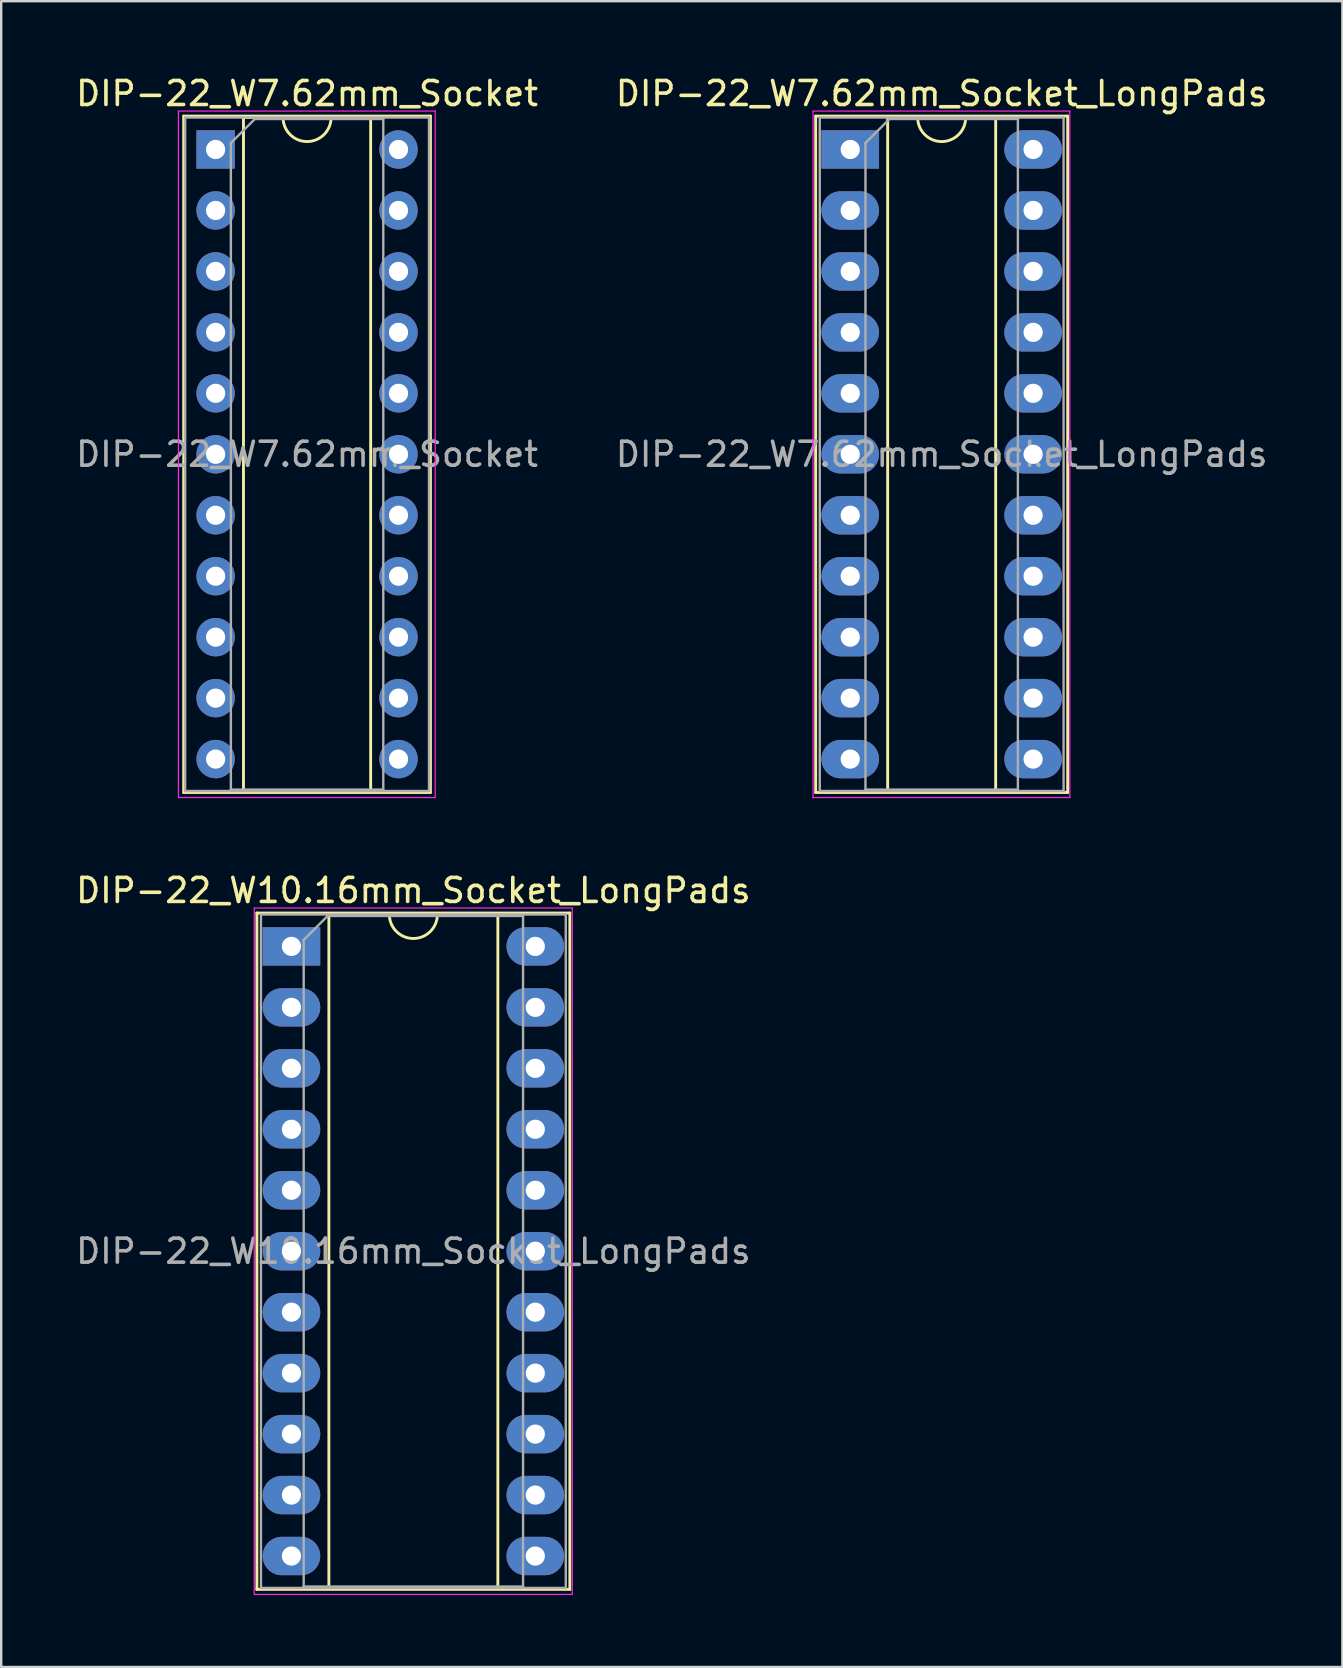
<source format=kicad_pcb>
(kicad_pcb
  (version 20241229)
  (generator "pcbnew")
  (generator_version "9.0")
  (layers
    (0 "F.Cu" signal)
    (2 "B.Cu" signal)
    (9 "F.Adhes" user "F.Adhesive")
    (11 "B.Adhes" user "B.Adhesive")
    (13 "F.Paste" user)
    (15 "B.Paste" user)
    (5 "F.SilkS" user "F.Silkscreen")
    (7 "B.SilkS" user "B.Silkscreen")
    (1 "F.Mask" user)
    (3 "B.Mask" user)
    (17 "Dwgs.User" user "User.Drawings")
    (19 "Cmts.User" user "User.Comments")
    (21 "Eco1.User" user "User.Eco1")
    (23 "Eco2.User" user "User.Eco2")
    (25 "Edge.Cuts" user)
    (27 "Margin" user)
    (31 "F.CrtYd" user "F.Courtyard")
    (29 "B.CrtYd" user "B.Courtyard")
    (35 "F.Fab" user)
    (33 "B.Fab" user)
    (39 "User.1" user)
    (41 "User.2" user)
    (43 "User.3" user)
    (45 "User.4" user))
  (footprint "DIP-22_W10.16mm_Socket_LongPads"
    (layer "F.Cu")
    (at 9.093 36.382)
    (property "Reference" "DIP-22_W10.16mm_Socket_LongPads" (at 5.08 -2.33 0) (layer "F.SilkS") (effects (font (size 1 1) (thickness 0.15))))
    (attr through_hole)
    (fp_line (start -1.44 -1.39) (end -1.44 26.79) (stroke (width 0.12) (type solid)) (layer "F.SilkS"))
    (fp_line (start -1.44 26.79) (end 11.6 26.79) (stroke (width 0.12) (type solid)) (layer "F.SilkS"))
    (fp_line (start 1.56 -1.33) (end 1.56 26.73) (stroke (width 0.12) (type solid)) (layer "F.SilkS"))
    (fp_line (start 1.56 26.73) (end 8.6 26.73) (stroke (width 0.12) (type solid)) (layer "F.SilkS"))
    (fp_line (start 4.08 -1.33) (end 1.56 -1.33) (stroke (width 0.12) (type solid)) (layer "F.SilkS"))
    (fp_line (start 8.6 -1.33) (end 6.08 -1.33) (stroke (width 0.12) (type solid)) (layer "F.SilkS"))
    (fp_line (start 8.6 26.73) (end 8.6 -1.33) (stroke (width 0.12) (type solid)) (layer "F.SilkS"))
    (fp_line (start 11.6 -1.39) (end -1.44 -1.39) (stroke (width 0.12) (type solid)) (layer "F.SilkS"))
    (fp_line (start 11.6 26.79) (end 11.6 -1.39) (stroke (width 0.12) (type solid)) (layer "F.SilkS"))
    (fp_arc (start 6.08 -1.33) (mid 5.08 -0.33) (end 4.08 -1.33) (stroke (width 0.12) (type solid)) (layer "F.SilkS"))
    (fp_line (start -1.55 -1.6) (end -1.55 27) (stroke (width 0.05) (type solid)) (layer "F.CrtYd"))
    (fp_line (start -1.55 27) (end 11.7 27) (stroke (width 0.05) (type solid)) (layer "F.CrtYd"))
    (fp_line (start 11.7 -1.6) (end -1.55 -1.6) (stroke (width 0.05) (type solid)) (layer "F.CrtYd"))
    (fp_line (start 11.7 27) (end 11.7 -1.6) (stroke (width 0.05) (type solid)) (layer "F.CrtYd"))
    (fp_line (start -1.27 -1.33) (end -1.27 26.73) (stroke (width 0.1) (type solid)) (layer "F.Fab"))
    (fp_line (start -1.27 26.73) (end 11.43 26.73) (stroke (width 0.1) (type solid)) (layer "F.Fab"))
    (fp_line (start 0.51 -0.27) (end 1.51 -1.27) (stroke (width 0.1) (type solid)) (layer "F.Fab"))
    (fp_line (start 0.51 26.67) (end 0.51 -0.27) (stroke (width 0.1) (type solid)) (layer "F.Fab"))
    (fp_line (start 1.51 -1.27) (end 9.65 -1.27) (stroke (width 0.1) (type solid)) (layer "F.Fab"))
    (fp_line (start 9.65 -1.27) (end 9.65 26.67) (stroke (width 0.1) (type solid)) (layer "F.Fab"))
    (fp_line (start 9.65 26.67) (end 0.51 26.67) (stroke (width 0.1) (type solid)) (layer "F.Fab"))
    (fp_line (start 11.43 -1.33) (end -1.27 -1.33) (stroke (width 0.1) (type solid)) (layer "F.Fab"))
    (fp_line (start 11.43 26.73) (end 11.43 -1.33) (stroke (width 0.1) (type solid)) (layer "F.Fab"))
    (fp_text user "${REFERENCE}" (at 5.08 12.7 0) (layer "F.Fab") (effects (font (size 1 1) (thickness 0.15))))
    (pad "1" thru_hole rect (at 0 0) (size 2.4 1.6) (drill 0.8) (layers "*.Cu" "*.Mask"))
    (pad "2" thru_hole oval (at 0 2.54) (size 2.4 1.6) (drill 0.8) (layers "*.Cu" "*.Mask"))
    (pad "3" thru_hole oval (at 0 5.08) (size 2.4 1.6) (drill 0.8) (layers "*.Cu" "*.Mask"))
    (pad "4" thru_hole oval (at 0 7.62) (size 2.4 1.6) (drill 0.8) (layers "*.Cu" "*.Mask"))
    (pad "5" thru_hole oval (at 0 10.16) (size 2.4 1.6) (drill 0.8) (layers "*.Cu" "*.Mask"))
    (pad "6" thru_hole oval (at 0 12.7) (size 2.4 1.6) (drill 0.8) (layers "*.Cu" "*.Mask"))
    (pad "7" thru_hole oval (at 0 15.24) (size 2.4 1.6) (drill 0.8) (layers "*.Cu" "*.Mask"))
    (pad "8" thru_hole oval (at 0 17.78) (size 2.4 1.6) (drill 0.8) (layers "*.Cu" "*.Mask"))
    (pad "9" thru_hole oval (at 0 20.32) (size 2.4 1.6) (drill 0.8) (layers "*.Cu" "*.Mask"))
    (pad "10" thru_hole oval (at 0 22.86) (size 2.4 1.6) (drill 0.8) (layers "*.Cu" "*.Mask"))
    (pad "11" thru_hole oval (at 0 25.4) (size 2.4 1.6) (drill 0.8) (layers "*.Cu" "*.Mask"))
    (pad "12" thru_hole oval (at 10.16 25.4) (size 2.4 1.6) (drill 0.8) (layers "*.Cu" "*.Mask"))
    (pad "13" thru_hole oval (at 10.16 22.86) (size 2.4 1.6) (drill 0.8) (layers "*.Cu" "*.Mask"))
    (pad "14" thru_hole oval (at 10.16 20.32) (size 2.4 1.6) (drill 0.8) (layers "*.Cu" "*.Mask"))
    (pad "15" thru_hole oval (at 10.16 17.78) (size 2.4 1.6) (drill 0.8) (layers "*.Cu" "*.Mask"))
    (pad "16" thru_hole oval (at 10.16 15.24) (size 2.4 1.6) (drill 0.8) (layers "*.Cu" "*.Mask"))
    (pad "17" thru_hole oval (at 10.16 12.7) (size 2.4 1.6) (drill 0.8) (layers "*.Cu" "*.Mask"))
    (pad "18" thru_hole oval (at 10.16 10.16) (size 2.4 1.6) (drill 0.8) (layers "*.Cu" "*.Mask"))
    (pad "19" thru_hole oval (at 10.16 7.62) (size 2.4 1.6) (drill 0.8) (layers "*.Cu" "*.Mask"))
    (pad "20" thru_hole oval (at 10.16 5.08) (size 2.4 1.6) (drill 0.8) (layers "*.Cu" "*.Mask"))
    (pad "21" thru_hole oval (at 10.16 2.54) (size 2.4 1.6) (drill 0.8) (layers "*.Cu" "*.Mask"))
    (pad "22" thru_hole oval (at 10.16 0) (size 2.4 1.6) (drill 0.8) (layers "*.Cu" "*.Mask")))
  (footprint "DIP-22_W7.62mm_Socket_LongPads"
    (layer "F.Cu")
    (at 32.375 3.178)
    (property "Reference" "DIP-22_W7.62mm_Socket_LongPads" (at 3.81 -2.33 0) (layer "F.SilkS") (effects (font (size 1 1) (thickness 0.15))))
    (attr through_hole)
    (fp_line (start -1.44 -1.39) (end -1.44 26.79) (stroke (width 0.12) (type solid)) (layer "F.SilkS"))
    (fp_line (start -1.44 26.79) (end 9.06 26.79) (stroke (width 0.12) (type solid)) (layer "F.SilkS"))
    (fp_line (start 1.56 -1.33) (end 1.56 26.73) (stroke (width 0.12) (type solid)) (layer "F.SilkS"))
    (fp_line (start 1.56 26.73) (end 6.06 26.73) (stroke (width 0.12) (type solid)) (layer "F.SilkS"))
    (fp_line (start 2.81 -1.33) (end 1.56 -1.33) (stroke (width 0.12) (type solid)) (layer "F.SilkS"))
    (fp_line (start 6.06 -1.33) (end 4.81 -1.33) (stroke (width 0.12) (type solid)) (layer "F.SilkS"))
    (fp_line (start 6.06 26.73) (end 6.06 -1.33) (stroke (width 0.12) (type solid)) (layer "F.SilkS"))
    (fp_line (start 9.06 -1.39) (end -1.44 -1.39) (stroke (width 0.12) (type solid)) (layer "F.SilkS"))
    (fp_line (start 9.06 26.79) (end 9.06 -1.39) (stroke (width 0.12) (type solid)) (layer "F.SilkS"))
    (fp_arc (start 4.81 -1.33) (mid 3.81 -0.33) (end 2.81 -1.33) (stroke (width 0.12) (type solid)) (layer "F.SilkS"))
    (fp_line (start -1.55 -1.6) (end -1.55 27) (stroke (width 0.05) (type solid)) (layer "F.CrtYd"))
    (fp_line (start -1.55 27) (end 9.15 27) (stroke (width 0.05) (type solid)) (layer "F.CrtYd"))
    (fp_line (start 9.15 -1.6) (end -1.55 -1.6) (stroke (width 0.05) (type solid)) (layer "F.CrtYd"))
    (fp_line (start 9.15 27) (end 9.15 -1.6) (stroke (width 0.05) (type solid)) (layer "F.CrtYd"))
    (fp_line (start -1.27 -1.33) (end -1.27 26.73) (stroke (width 0.1) (type solid)) (layer "F.Fab"))
    (fp_line (start -1.27 26.73) (end 8.89 26.73) (stroke (width 0.1) (type solid)) (layer "F.Fab"))
    (fp_line (start 0.635 -0.27) (end 1.635 -1.27) (stroke (width 0.1) (type solid)) (layer "F.Fab"))
    (fp_line (start 0.635 26.67) (end 0.635 -0.27) (stroke (width 0.1) (type solid)) (layer "F.Fab"))
    (fp_line (start 1.635 -1.27) (end 6.985 -1.27) (stroke (width 0.1) (type solid)) (layer "F.Fab"))
    (fp_line (start 6.985 -1.27) (end 6.985 26.67) (stroke (width 0.1) (type solid)) (layer "F.Fab"))
    (fp_line (start 6.985 26.67) (end 0.635 26.67) (stroke (width 0.1) (type solid)) (layer "F.Fab"))
    (fp_line (start 8.89 -1.33) (end -1.27 -1.33) (stroke (width 0.1) (type solid)) (layer "F.Fab"))
    (fp_line (start 8.89 26.73) (end 8.89 -1.33) (stroke (width 0.1) (type solid)) (layer "F.Fab"))
    (fp_text user "${REFERENCE}" (at 3.81 12.7 0) (layer "F.Fab") (effects (font (size 1 1) (thickness 0.15))))
    (pad "1" thru_hole rect (at 0 0) (size 2.4 1.6) (drill 0.8) (layers "*.Cu" "*.Mask"))
    (pad "2" thru_hole oval (at 0 2.54) (size 2.4 1.6) (drill 0.8) (layers "*.Cu" "*.Mask"))
    (pad "3" thru_hole oval (at 0 5.08) (size 2.4 1.6) (drill 0.8) (layers "*.Cu" "*.Mask"))
    (pad "4" thru_hole oval (at 0 7.62) (size 2.4 1.6) (drill 0.8) (layers "*.Cu" "*.Mask"))
    (pad "5" thru_hole oval (at 0 10.16) (size 2.4 1.6) (drill 0.8) (layers "*.Cu" "*.Mask"))
    (pad "6" thru_hole oval (at 0 12.7) (size 2.4 1.6) (drill 0.8) (layers "*.Cu" "*.Mask"))
    (pad "7" thru_hole oval (at 0 15.24) (size 2.4 1.6) (drill 0.8) (layers "*.Cu" "*.Mask"))
    (pad "8" thru_hole oval (at 0 17.78) (size 2.4 1.6) (drill 0.8) (layers "*.Cu" "*.Mask"))
    (pad "9" thru_hole oval (at 0 20.32) (size 2.4 1.6) (drill 0.8) (layers "*.Cu" "*.Mask"))
    (pad "10" thru_hole oval (at 0 22.86) (size 2.4 1.6) (drill 0.8) (layers "*.Cu" "*.Mask"))
    (pad "11" thru_hole oval (at 0 25.4) (size 2.4 1.6) (drill 0.8) (layers "*.Cu" "*.Mask"))
    (pad "12" thru_hole oval (at 7.62 25.4) (size 2.4 1.6) (drill 0.8) (layers "*.Cu" "*.Mask"))
    (pad "13" thru_hole oval (at 7.62 22.86) (size 2.4 1.6) (drill 0.8) (layers "*.Cu" "*.Mask"))
    (pad "14" thru_hole oval (at 7.62 20.32) (size 2.4 1.6) (drill 0.8) (layers "*.Cu" "*.Mask"))
    (pad "15" thru_hole oval (at 7.62 17.78) (size 2.4 1.6) (drill 0.8) (layers "*.Cu" "*.Mask"))
    (pad "16" thru_hole oval (at 7.62 15.24) (size 2.4 1.6) (drill 0.8) (layers "*.Cu" "*.Mask"))
    (pad "17" thru_hole oval (at 7.62 12.7) (size 2.4 1.6) (drill 0.8) (layers "*.Cu" "*.Mask"))
    (pad "18" thru_hole oval (at 7.62 10.16) (size 2.4 1.6) (drill 0.8) (layers "*.Cu" "*.Mask"))
    (pad "19" thru_hole oval (at 7.62 7.62) (size 2.4 1.6) (drill 0.8) (layers "*.Cu" "*.Mask"))
    (pad "20" thru_hole oval (at 7.62 5.08) (size 2.4 1.6) (drill 0.8) (layers "*.Cu" "*.Mask"))
    (pad "21" thru_hole oval (at 7.62 2.54) (size 2.4 1.6) (drill 0.8) (layers "*.Cu" "*.Mask"))
    (pad "22" thru_hole oval (at 7.62 0) (size 2.4 1.6) (drill 0.8) (layers "*.Cu" "*.Mask")))
  (footprint "DIP-22_W7.62mm_Socket"
    (layer "F.Cu")
    (at 5.934 3.178)
    (property "Reference" "DIP-22_W7.62mm_Socket" (at 3.81 -2.33 0) (layer "F.SilkS") (effects (font (size 1 1) (thickness 0.15))))
    (attr through_hole)
    (fp_line (start -1.33 -1.39) (end -1.33 26.79) (stroke (width 0.12) (type solid)) (layer "F.SilkS"))
    (fp_line (start -1.33 26.79) (end 8.95 26.79) (stroke (width 0.12) (type solid)) (layer "F.SilkS"))
    (fp_line (start 1.16 -1.33) (end 1.16 26.73) (stroke (width 0.12) (type solid)) (layer "F.SilkS"))
    (fp_line (start 1.16 26.73) (end 6.46 26.73) (stroke (width 0.12) (type solid)) (layer "F.SilkS"))
    (fp_line (start 2.81 -1.33) (end 1.16 -1.33) (stroke (width 0.12) (type solid)) (layer "F.SilkS"))
    (fp_line (start 6.46 -1.33) (end 4.81 -1.33) (stroke (width 0.12) (type solid)) (layer "F.SilkS"))
    (fp_line (start 6.46 26.73) (end 6.46 -1.33) (stroke (width 0.12) (type solid)) (layer "F.SilkS"))
    (fp_line (start 8.95 -1.39) (end -1.33 -1.39) (stroke (width 0.12) (type solid)) (layer "F.SilkS"))
    (fp_line (start 8.95 26.79) (end 8.95 -1.39) (stroke (width 0.12) (type solid)) (layer "F.SilkS"))
    (fp_arc (start 4.81 -1.33) (mid 3.81 -0.33) (end 2.81 -1.33) (stroke (width 0.12) (type solid)) (layer "F.SilkS"))
    (fp_line (start -1.55 -1.6) (end -1.55 27) (stroke (width 0.05) (type solid)) (layer "F.CrtYd"))
    (fp_line (start -1.55 27) (end 9.15 27) (stroke (width 0.05) (type solid)) (layer "F.CrtYd"))
    (fp_line (start 9.15 -1.6) (end -1.55 -1.6) (stroke (width 0.05) (type solid)) (layer "F.CrtYd"))
    (fp_line (start 9.15 27) (end 9.15 -1.6) (stroke (width 0.05) (type solid)) (layer "F.CrtYd"))
    (fp_line (start -1.27 -1.33) (end -1.27 26.73) (stroke (width 0.1) (type solid)) (layer "F.Fab"))
    (fp_line (start -1.27 26.73) (end 8.89 26.73) (stroke (width 0.1) (type solid)) (layer "F.Fab"))
    (fp_line (start 0.635 -0.27) (end 1.635 -1.27) (stroke (width 0.1) (type solid)) (layer "F.Fab"))
    (fp_line (start 0.635 26.67) (end 0.635 -0.27) (stroke (width 0.1) (type solid)) (layer "F.Fab"))
    (fp_line (start 1.635 -1.27) (end 6.985 -1.27) (stroke (width 0.1) (type solid)) (layer "F.Fab"))
    (fp_line (start 6.985 -1.27) (end 6.985 26.67) (stroke (width 0.1) (type solid)) (layer "F.Fab"))
    (fp_line (start 6.985 26.67) (end 0.635 26.67) (stroke (width 0.1) (type solid)) (layer "F.Fab"))
    (fp_line (start 8.89 -1.33) (end -1.27 -1.33) (stroke (width 0.1) (type solid)) (layer "F.Fab"))
    (fp_line (start 8.89 26.73) (end 8.89 -1.33) (stroke (width 0.1) (type solid)) (layer "F.Fab"))
    (fp_text user "${REFERENCE}" (at 3.81 12.7 0) (layer "F.Fab") (effects (font (size 1 1) (thickness 0.15))))
    (pad "1" thru_hole rect (at 0 0) (size 1.6 1.6) (drill 0.8) (layers "*.Cu" "*.Mask"))
    (pad "2" thru_hole oval (at 0 2.54) (size 1.6 1.6) (drill 0.8) (layers "*.Cu" "*.Mask"))
    (pad "3" thru_hole oval (at 0 5.08) (size 1.6 1.6) (drill 0.8) (layers "*.Cu" "*.Mask"))
    (pad "4" thru_hole oval (at 0 7.62) (size 1.6 1.6) (drill 0.8) (layers "*.Cu" "*.Mask"))
    (pad "5" thru_hole oval (at 0 10.16) (size 1.6 1.6) (drill 0.8) (layers "*.Cu" "*.Mask"))
    (pad "6" thru_hole oval (at 0 12.7) (size 1.6 1.6) (drill 0.8) (layers "*.Cu" "*.Mask"))
    (pad "7" thru_hole oval (at 0 15.24) (size 1.6 1.6) (drill 0.8) (layers "*.Cu" "*.Mask"))
    (pad "8" thru_hole oval (at 0 17.78) (size 1.6 1.6) (drill 0.8) (layers "*.Cu" "*.Mask"))
    (pad "9" thru_hole oval (at 0 20.32) (size 1.6 1.6) (drill 0.8) (layers "*.Cu" "*.Mask"))
    (pad "10" thru_hole oval (at 0 22.86) (size 1.6 1.6) (drill 0.8) (layers "*.Cu" "*.Mask"))
    (pad "11" thru_hole oval (at 0 25.4) (size 1.6 1.6) (drill 0.8) (layers "*.Cu" "*.Mask"))
    (pad "12" thru_hole oval (at 7.62 25.4) (size 1.6 1.6) (drill 0.8) (layers "*.Cu" "*.Mask"))
    (pad "13" thru_hole oval (at 7.62 22.86) (size 1.6 1.6) (drill 0.8) (layers "*.Cu" "*.Mask"))
    (pad "14" thru_hole oval (at 7.62 20.32) (size 1.6 1.6) (drill 0.8) (layers "*.Cu" "*.Mask"))
    (pad "15" thru_hole oval (at 7.62 17.78) (size 1.6 1.6) (drill 0.8) (layers "*.Cu" "*.Mask"))
    (pad "16" thru_hole oval (at 7.62 15.24) (size 1.6 1.6) (drill 0.8) (layers "*.Cu" "*.Mask"))
    (pad "17" thru_hole oval (at 7.62 12.7) (size 1.6 1.6) (drill 0.8) (layers "*.Cu" "*.Mask"))
    (pad "18" thru_hole oval (at 7.62 10.16) (size 1.6 1.6) (drill 0.8) (layers "*.Cu" "*.Mask"))
    (pad "19" thru_hole oval (at 7.62 7.62) (size 1.6 1.6) (drill 0.8) (layers "*.Cu" "*.Mask"))
    (pad "20" thru_hole oval (at 7.62 5.08) (size 1.6 1.6) (drill 0.8) (layers "*.Cu" "*.Mask"))
    (pad "21" thru_hole oval (at 7.62 2.54) (size 1.6 1.6) (drill 0.8) (layers "*.Cu" "*.Mask"))
    (pad "22" thru_hole oval (at 7.62 0) (size 1.6 1.6) (drill 0.8) (layers "*.Cu" "*.Mask")))
  (gr_rect
    (start -3 -3)
    (end 52.881 66.406)
    (stroke (width 0.1) (type default))
    (fill no)
    (layer "Edge.Cuts")))
</source>
